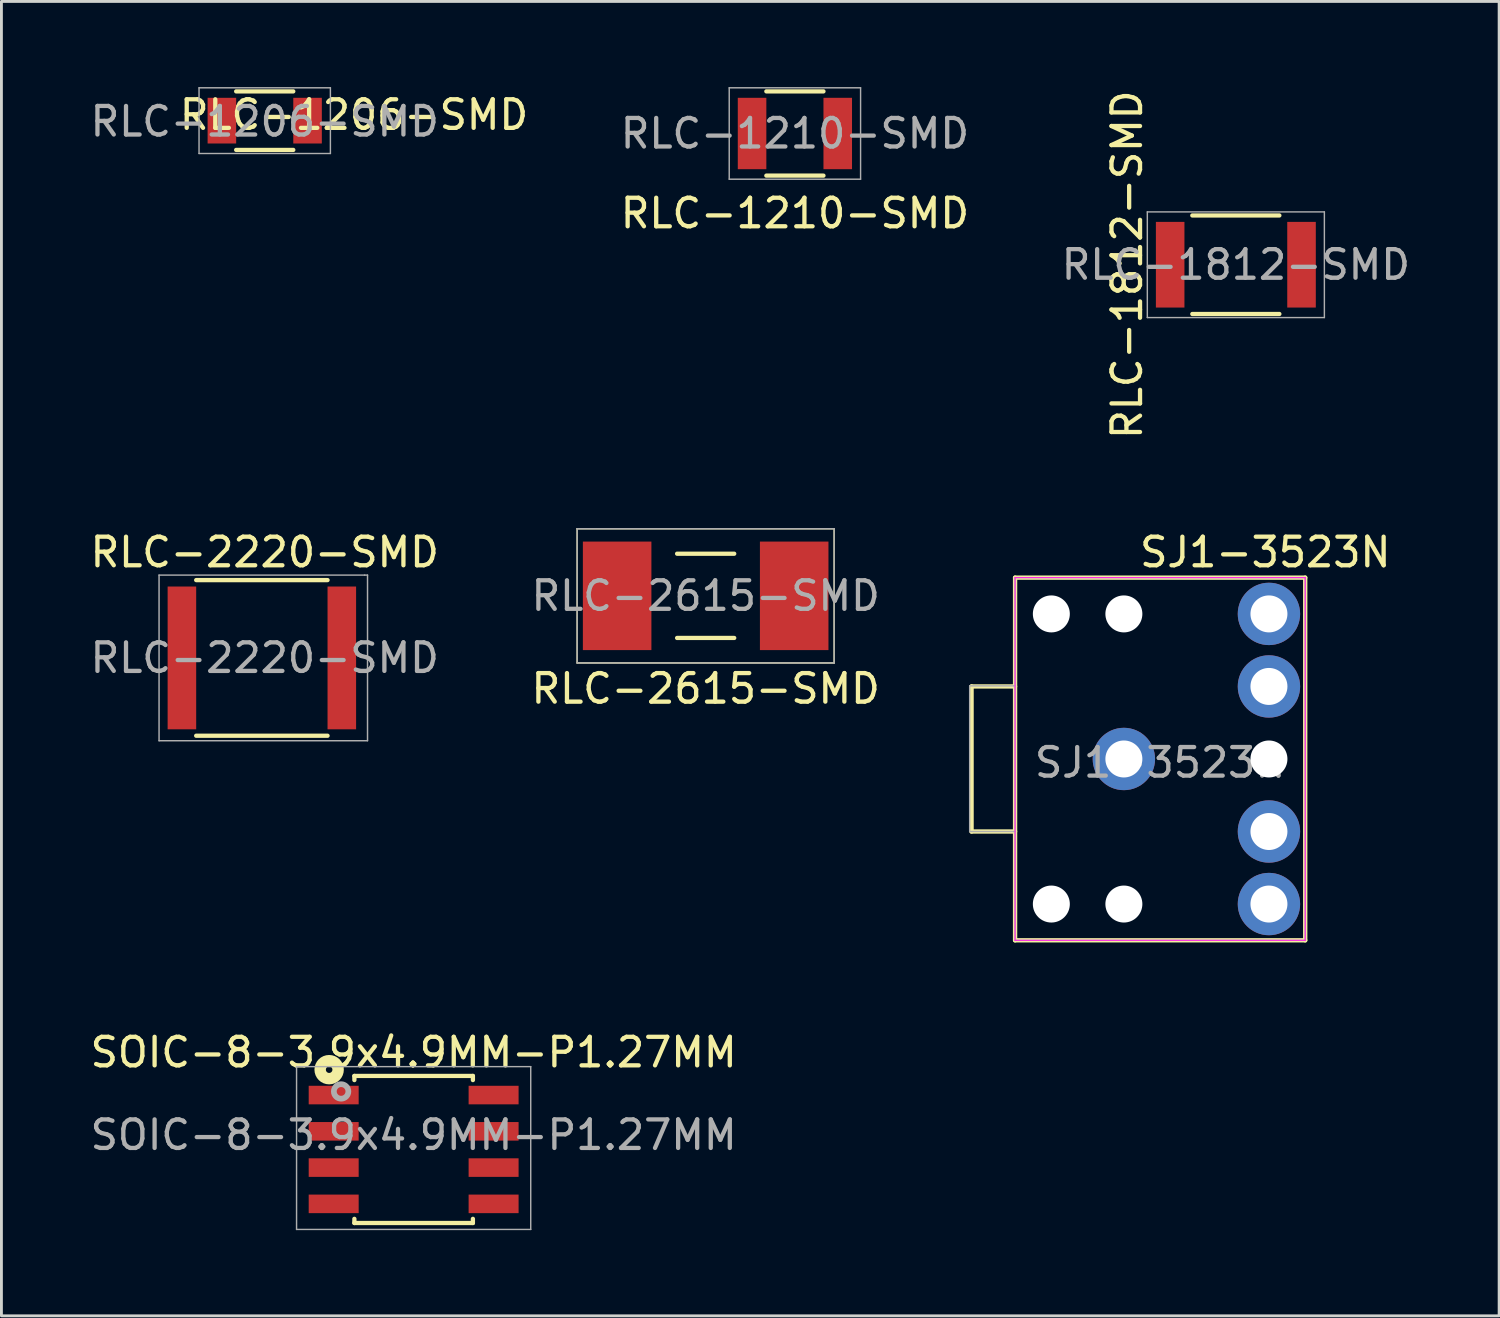
<source format=kicad_pcb>
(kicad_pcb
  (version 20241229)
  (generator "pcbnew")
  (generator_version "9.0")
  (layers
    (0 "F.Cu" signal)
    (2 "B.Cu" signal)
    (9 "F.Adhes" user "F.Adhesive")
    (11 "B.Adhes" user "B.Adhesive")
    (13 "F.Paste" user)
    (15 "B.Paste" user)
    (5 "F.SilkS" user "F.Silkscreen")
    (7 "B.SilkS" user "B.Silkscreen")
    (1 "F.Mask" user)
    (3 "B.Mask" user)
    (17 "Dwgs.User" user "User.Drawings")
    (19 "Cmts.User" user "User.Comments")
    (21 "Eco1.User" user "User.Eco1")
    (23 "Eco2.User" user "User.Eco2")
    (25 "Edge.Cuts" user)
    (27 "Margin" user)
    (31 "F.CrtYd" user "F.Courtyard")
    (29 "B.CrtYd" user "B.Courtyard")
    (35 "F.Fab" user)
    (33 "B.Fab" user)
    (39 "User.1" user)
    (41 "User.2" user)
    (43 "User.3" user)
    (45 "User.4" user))
  (footprint "RLC-2220-SMD"
    (layer "F.Cu")
    (at 6.12 19.989)
    (property "Reference" "RLC-2220-SMD" (at 0.1 0 0) (layer "F.Fab") (effects (font (size 1 1) (thickness 0.15))))
    (attr smd)
    (fp_line (start -2.3 2.725) (end 2.3 2.725) (stroke (width 0.15) (type solid)) (layer "F.SilkS"))
    (fp_line (start 2.3 -2.725) (end -2.3 -2.725) (stroke (width 0.15) (type solid)) (layer "F.SilkS"))
    (fp_line (start -3.6 -2.9) (end -3.6 2.9) (stroke (width 0.051) (type solid)) (layer "F.Fab"))
    (fp_line (start -3.6 2.9) (end 3.7 2.9) (stroke (width 0.051) (type solid)) (layer "F.Fab"))
    (fp_line (start 3.6 -2.9) (end -3.6 -2.9) (stroke (width 0.051) (type solid)) (layer "F.Fab"))
    (fp_line (start 3.7 -2.9) (end 3.6 -2.9) (stroke (width 0.051) (type solid)) (layer "F.Fab"))
    (fp_line (start 3.7 2.9) (end 3.7 -2.9) (stroke (width 0.051) (type solid)) (layer "F.Fab"))
    (fp_text user "${REFERENCE}" (at 0.1 -3.7 0) (layer "F.SilkS") (effects (font (size 1 1) (thickness 0.15))))
    (pad "1" smd rect (at -2.8 0) (size 1 5) (layers "F.Cu" "F.Mask" "F.Paste"))
    (pad "2" smd rect (at 2.8 0) (size 1 5) (layers "F.Cu" "F.Mask" "F.Paste")))
  (footprint "RLC-1206-SMD"
    (layer "F.Cu")
    (at 6.22 1.175)
    (property "Reference" "RLC-1206-SMD" (at 3.126 -0.203 0) (layer "F.SilkS") (effects (font (size 1 1) (thickness 0.15))))
    (attr smd)
    (fp_line (start -1 1.025) (end 1 1.025) (stroke (width 0.15) (type solid)) (layer "F.SilkS"))
    (fp_line (start 1 -1.025) (end -1 -1.025) (stroke (width 0.15) (type solid)) (layer "F.SilkS"))
    (fp_line (start -2.3 -1.15) (end -2.3 1.15) (stroke (width 0.05) (type solid)) (layer "F.Fab"))
    (fp_line (start -2.3 -1.15) (end 2.3 -1.15) (stroke (width 0.05) (type solid)) (layer "F.Fab"))
    (fp_line (start -2.3 1.15) (end 2.3 1.15) (stroke (width 0.05) (type solid)) (layer "F.Fab"))
    (fp_line (start 2.3 -1.15) (end 2.3 1.15) (stroke (width 0.05) (type solid)) (layer "F.Fab"))
    (fp_text user "${REFERENCE}" (at 0 0.03 0) (layer "F.Fab") (effects (font (size 1 1) (thickness 0.15))))
    (pad "1" smd rect (at -1.5 0) (size 1 1.6) (layers "F.Cu" "F.Mask" "F.Paste"))
    (pad "2" smd rect (at 1.5 0) (size 1 1.6) (layers "F.Cu" "F.Mask" "F.Paste")))
  (footprint "SJ1-3523N"
    (layer "F.Cu")
    (at 36.306 26.068)
    (property "Reference" "SJ1-3523N" (at 1.27 -2.413 0) (layer "F.Fab") (effects (font (size 1 1) (thickness 0.15))))
    (attr smd)
    (fp_line (start -5.334 -5.08) (end -5.334 0) (stroke (width 0.152) (type solid)) (layer "F.SilkS"))
    (fp_line (start -5.334 0) (end -3.81 0) (stroke (width 0.152) (type solid)) (layer "F.SilkS"))
    (fp_line (start -3.81 -8.89) (end -3.81 3.81) (stroke (width 0.152) (type solid)) (layer "F.SilkS"))
    (fp_line (start -3.81 -5.08) (end -5.334 -5.08) (stroke (width 0.152) (type solid)) (layer "F.SilkS"))
    (fp_line (start -3.81 3.81) (end 6.35 3.81) (stroke (width 0.152) (type solid)) (layer "F.SilkS"))
    (fp_line (start 6.35 -8.89) (end -3.81 -8.89) (stroke (width 0.152) (type solid)) (layer "F.SilkS"))
    (fp_line (start 6.35 3.81) (end 6.35 -8.89) (stroke (width 0.152) (type solid)) (layer "F.SilkS"))
    (fp_line (start -3.81 -8.89) (end -3.81 3.81) (stroke (width 0.041) (type solid)) (layer "F.CrtYd"))
    (fp_line (start -3.81 3.81) (end 6.35 3.81) (stroke (width 0.041) (type solid)) (layer "F.CrtYd"))
    (fp_line (start 6.35 -8.89) (end -3.81 -8.89) (stroke (width 0.041) (type solid)) (layer "F.CrtYd"))
    (fp_line (start 6.35 3.81) (end 6.35 -8.89) (stroke (width 0.041) (type solid)) (layer "F.CrtYd"))
    (fp_line (start -5.4 -5.1) (end -5.4 0) (stroke (width 0.05) (type solid)) (layer "F.Fab"))
    (fp_line (start -5.4 0) (end -3.8 0) (stroke (width 0.05) (type solid)) (layer "F.Fab"))
    (fp_line (start -3.81 -8.89) (end -3.81 3.81) (stroke (width 0.041) (type solid)) (layer "F.Fab"))
    (fp_line (start -3.81 3.81) (end 6.35 3.81) (stroke (width 0.041) (type solid)) (layer "F.Fab"))
    (fp_line (start -3.8 -5.1) (end -5.4 -5.1) (stroke (width 0.05) (type solid)) (layer "F.Fab"))
    (fp_line (start 6.35 -8.89) (end -3.81 -8.89) (stroke (width 0.041) (type solid)) (layer "F.Fab"))
    (fp_line (start 6.35 -8.89) (end 6.35 3.81) (stroke (width 0.041) (type solid)) (layer "F.Fab"))
    (fp_circle (center 5.1 2.6) (end 5.3 2.8) (stroke (width 0.254) (type solid)) (fill no) (layer "F.Fab"))
    (fp_text user "${REFERENCE}" (at 4.953 -9.779 0) (layer "F.SilkS") (effects (font (size 1 1) (thickness 0.15))))
    (pad "" np_thru_hole circle (at -2.54 -7.62) (size 1.295 1.295) (drill 1.295) (layers "*.Cu"))
    (pad "" np_thru_hole circle (at -2.54 2.54) (size 1.295 1.295) (drill 1.295) (layers "*.Cu"))
    (pad "" np_thru_hole circle (at 0 -7.62) (size 1.295 1.295) (drill 1.295) (layers "*.Cu"))
    (pad "" np_thru_hole circle (at 0 2.54) (size 1.295 1.295) (drill 1.295) (layers "*.Cu"))
    (pad "" np_thru_hole circle (at 5.08 -2.54) (size 1.295 1.295) (drill 1.295) (layers "*.Cu"))
    (pad "1" thru_hole circle (at 5.08 2.54) (size 2.184 2.184) (drill 1.295) (layers "*.Cu" "*.Mask"))
    (pad "2" thru_hole circle (at 5.08 0) (size 2.184 2.184) (drill 1.295) (layers "*.Cu" "*.Mask"))
    (pad "3" thru_hole circle (at 5.08 -5.08) (size 2.184 2.184) (drill 1.295) (layers "*.Cu" "*.Mask"))
    (pad "4" thru_hole circle (at 5.08 -7.62) (size 2.184 2.184) (drill 1.295) (layers "*.Cu" "*.Mask"))
    (pad "5" thru_hole circle (at 0 -2.54) (size 2.184 2.184) (drill 1.295) (layers "*.Cu" "*.Mask")))
  (footprint "SOIC-8-3.9x4.9MM-P1.27MM"
    (layer "F.Cu")
    (at 11.435 37.202)
    (property "Reference" "SOIC-8-3.9x4.9MM-P1.27MM" (at 0 -0.508 0) (layer "F.Fab") (effects (font (size 1 1) (thickness 0.15))))
    (attr smd)
    (fp_line (start -2.075 -2.575) (end -2.075 -2.43) (stroke (width 0.15) (type solid)) (layer "F.SilkS"))
    (fp_line (start -2.075 -2.575) (end 2.075 -2.575) (stroke (width 0.15) (type solid)) (layer "F.SilkS"))
    (fp_line (start -2.075 2.575) (end -2.075 2.43) (stroke (width 0.15) (type solid)) (layer "F.SilkS"))
    (fp_line (start -2.075 2.575) (end 2.075 2.575) (stroke (width 0.15) (type solid)) (layer "F.SilkS"))
    (fp_line (start 2.075 -2.575) (end 2.075 -2.43) (stroke (width 0.15) (type solid)) (layer "F.SilkS"))
    (fp_line (start 2.075 2.575) (end 2.075 2.43) (stroke (width 0.15) (type solid)) (layer "F.SilkS"))
    (fp_circle (center -2.959 -2.794) (end -2.946 -2.68) (stroke (width 0.4) (type solid)) (fill no) (layer "F.SilkS"))
    (fp_line (start -4.1 -2.9) (end -4.1 2.8) (stroke (width 0.05) (type solid)) (layer "F.Fab"))
    (fp_line (start -4.1 2.8) (end 4.1 2.8) (stroke (width 0.05) (type solid)) (layer "F.Fab"))
    (fp_line (start 4.1 -2.9) (end -4.1 -2.9) (stroke (width 0.05) (type solid)) (layer "F.Fab"))
    (fp_line (start 4.1 2.8) (end 4.1 -2.9) (stroke (width 0.05) (type solid)) (layer "F.Fab"))
    (fp_circle (center -2.54 -2.032) (end -2.286 -2.032) (stroke (width 0.2) (type solid)) (fill no) (layer "F.Fab"))
    (fp_text user "${REFERENCE}" (at 0 -3.4 180) (layer "F.SilkS") (effects (font (size 1 1) (thickness 0.15))))
    (pad "1" smd rect (at -2.8 -1.905) (size 1.75 0.65) (layers "F.Cu" "F.Mask" "F.Paste"))
    (pad "2" smd rect (at -2.8 -0.635) (size 1.75 0.65) (layers "F.Cu" "F.Mask" "F.Paste"))
    (pad "3" smd rect (at -2.8 0.635) (size 1.75 0.65) (layers "F.Cu" "F.Mask" "F.Paste"))
    (pad "4" smd rect (at -2.8 1.905) (size 1.75 0.65) (layers "F.Cu" "F.Mask" "F.Paste"))
    (pad "5" smd rect (at 2.8 1.905) (size 1.75 0.65) (layers "F.Cu" "F.Mask" "F.Paste"))
    (pad "6" smd rect (at 2.8 0.635) (size 1.75 0.65) (layers "F.Cu" "F.Mask" "F.Paste"))
    (pad "7" smd rect (at 2.8 -0.635) (size 1.75 0.65) (layers "F.Cu" "F.Mask" "F.Paste"))
    (pad "8" smd rect (at 2.8 -1.905) (size 1.75 0.65) (layers "F.Cu" "F.Mask" "F.Paste")))
  (footprint "RLC-1812-SMD"
    (layer "F.Cu")
    (at 40.227 6.22)
    (property "Reference" "RLC-1812-SMD" (at 0 0 0) (layer "F.Fab") (effects (font (size 1 1) (thickness 0.15))))
    (attr smd)
    (fp_line (start -1.524 1.725) (end 1.524 1.725) (stroke (width 0.15) (type solid)) (layer "F.SilkS"))
    (fp_line (start 1.524 -1.725) (end -1.524 -1.725) (stroke (width 0.15) (type solid)) (layer "F.SilkS"))
    (fp_line (start -3.1 -1.85) (end -3.1 1.85) (stroke (width 0.05) (type solid)) (layer "F.Fab"))
    (fp_line (start -3.1 -1.85) (end 3.1 -1.85) (stroke (width 0.05) (type solid)) (layer "F.Fab"))
    (fp_line (start -3.1 1.85) (end 3.1 1.85) (stroke (width 0.05) (type solid)) (layer "F.Fab"))
    (fp_line (start 3.1 -1.85) (end 3.1 1.85) (stroke (width 0.05) (type solid)) (layer "F.Fab"))
    (fp_text user "${REFERENCE}" (at -3.81 0 90) (layer "F.SilkS") (effects (font (size 1 1) (thickness 0.15))))
    (pad "1" smd rect (at -2.3 0) (size 1 3) (layers "F.Cu" "F.Mask" "F.Paste"))
    (pad "2" smd rect (at 2.3 0) (size 1 3) (layers "F.Cu" "F.Mask" "F.Paste")))
  (footprint "RLC-2615-SMD"
    (layer "F.Cu")
    (at 21.661 17.815)
    (property "Reference" "RLC-2615-SMD" (at 0 0 0) (layer "F.Fab") (effects (font (size 1 1) (thickness 0.15))))
    (attr smd)
    (fp_line (start -4.5 -2.35) (end 4.5 -2.35) (stroke (width 0.05) (type solid)) (layer "F.SilkS"))
    (fp_line (start -4.5 2.35) (end -4.5 -2.35) (stroke (width 0.05) (type solid)) (layer "F.SilkS"))
    (fp_line (start -4.5 2.35) (end 4.5 2.35) (stroke (width 0.05) (type solid)) (layer "F.SilkS"))
    (fp_line (start -1 1.475) (end 1 1.475) (stroke (width 0.15) (type solid)) (layer "F.SilkS"))
    (fp_line (start 1 -1.475) (end -1 -1.475) (stroke (width 0.15) (type solid)) (layer "F.SilkS"))
    (fp_line (start 4.5 2.35) (end 4.5 -2.35) (stroke (width 0.05) (type solid)) (layer "F.SilkS"))
    (fp_line (start -4.5 -2.35) (end 4.5 -2.35) (stroke (width 0.05) (type solid)) (layer "F.Fab"))
    (fp_line (start -4.5 2.35) (end -4.5 -2.35) (stroke (width 0.05) (type solid)) (layer "F.Fab"))
    (fp_line (start -4.5 2.35) (end 4.5 2.35) (stroke (width 0.05) (type solid)) (layer "F.Fab"))
    (fp_line (start 4.5 2.35) (end 4.5 -2.35) (stroke (width 0.05) (type solid)) (layer "F.Fab"))
    (fp_text user "${REFERENCE}" (at 0 3.25 0) (layer "F.SilkS") (effects (font (size 1 1) (thickness 0.15))))
    (pad "1" smd rect (at -3.1 0) (size 2.4 3.8) (layers "F.Cu" "F.Mask" "F.Paste"))
    (pad "2" smd rect (at 3.1 0) (size 2.4 3.8) (layers "F.Cu" "F.Mask" "F.Paste")))
  (footprint "RLC-1210-SMD"
    (layer "F.Cu")
    (at 24.786 1.625)
    (property "Reference" "RLC-1210-SMD" (at 0 0 0) (layer "F.Fab") (effects (font (size 1 1) (thickness 0.15))))
    (attr smd)
    (fp_line (start -1 1.475) (end 1 1.475) (stroke (width 0.15) (type solid)) (layer "F.SilkS"))
    (fp_line (start 1 -1.475) (end -1 -1.475) (stroke (width 0.15) (type solid)) (layer "F.SilkS"))
    (fp_line (start -2.3 -1.6) (end -2.3 1.6) (stroke (width 0.05) (type solid)) (layer "F.Fab"))
    (fp_line (start -2.3 -1.6) (end 2.3 -1.6) (stroke (width 0.05) (type solid)) (layer "F.Fab"))
    (fp_line (start -2.3 1.6) (end 2.3 1.6) (stroke (width 0.05) (type solid)) (layer "F.Fab"))
    (fp_line (start 2.3 -1.6) (end 2.3 1.6) (stroke (width 0.05) (type solid)) (layer "F.Fab"))
    (fp_text user "${REFERENCE}" (at 0 2.794 0) (layer "F.SilkS") (effects (font (size 1 1) (thickness 0.15))))
    (pad "1" smd rect (at -1.5 0) (size 1 2.5) (layers "F.Cu" "F.Mask" "F.Paste"))
    (pad "2" smd rect (at 1.5 0) (size 1 2.5) (layers "F.Cu" "F.Mask" "F.Paste")))
  (gr_rect
    (start -3 -3)
    (end 49.447 43.027)
    (stroke (width 0.1) (type default))
    (fill no)
    (layer "Edge.Cuts")))
</source>
